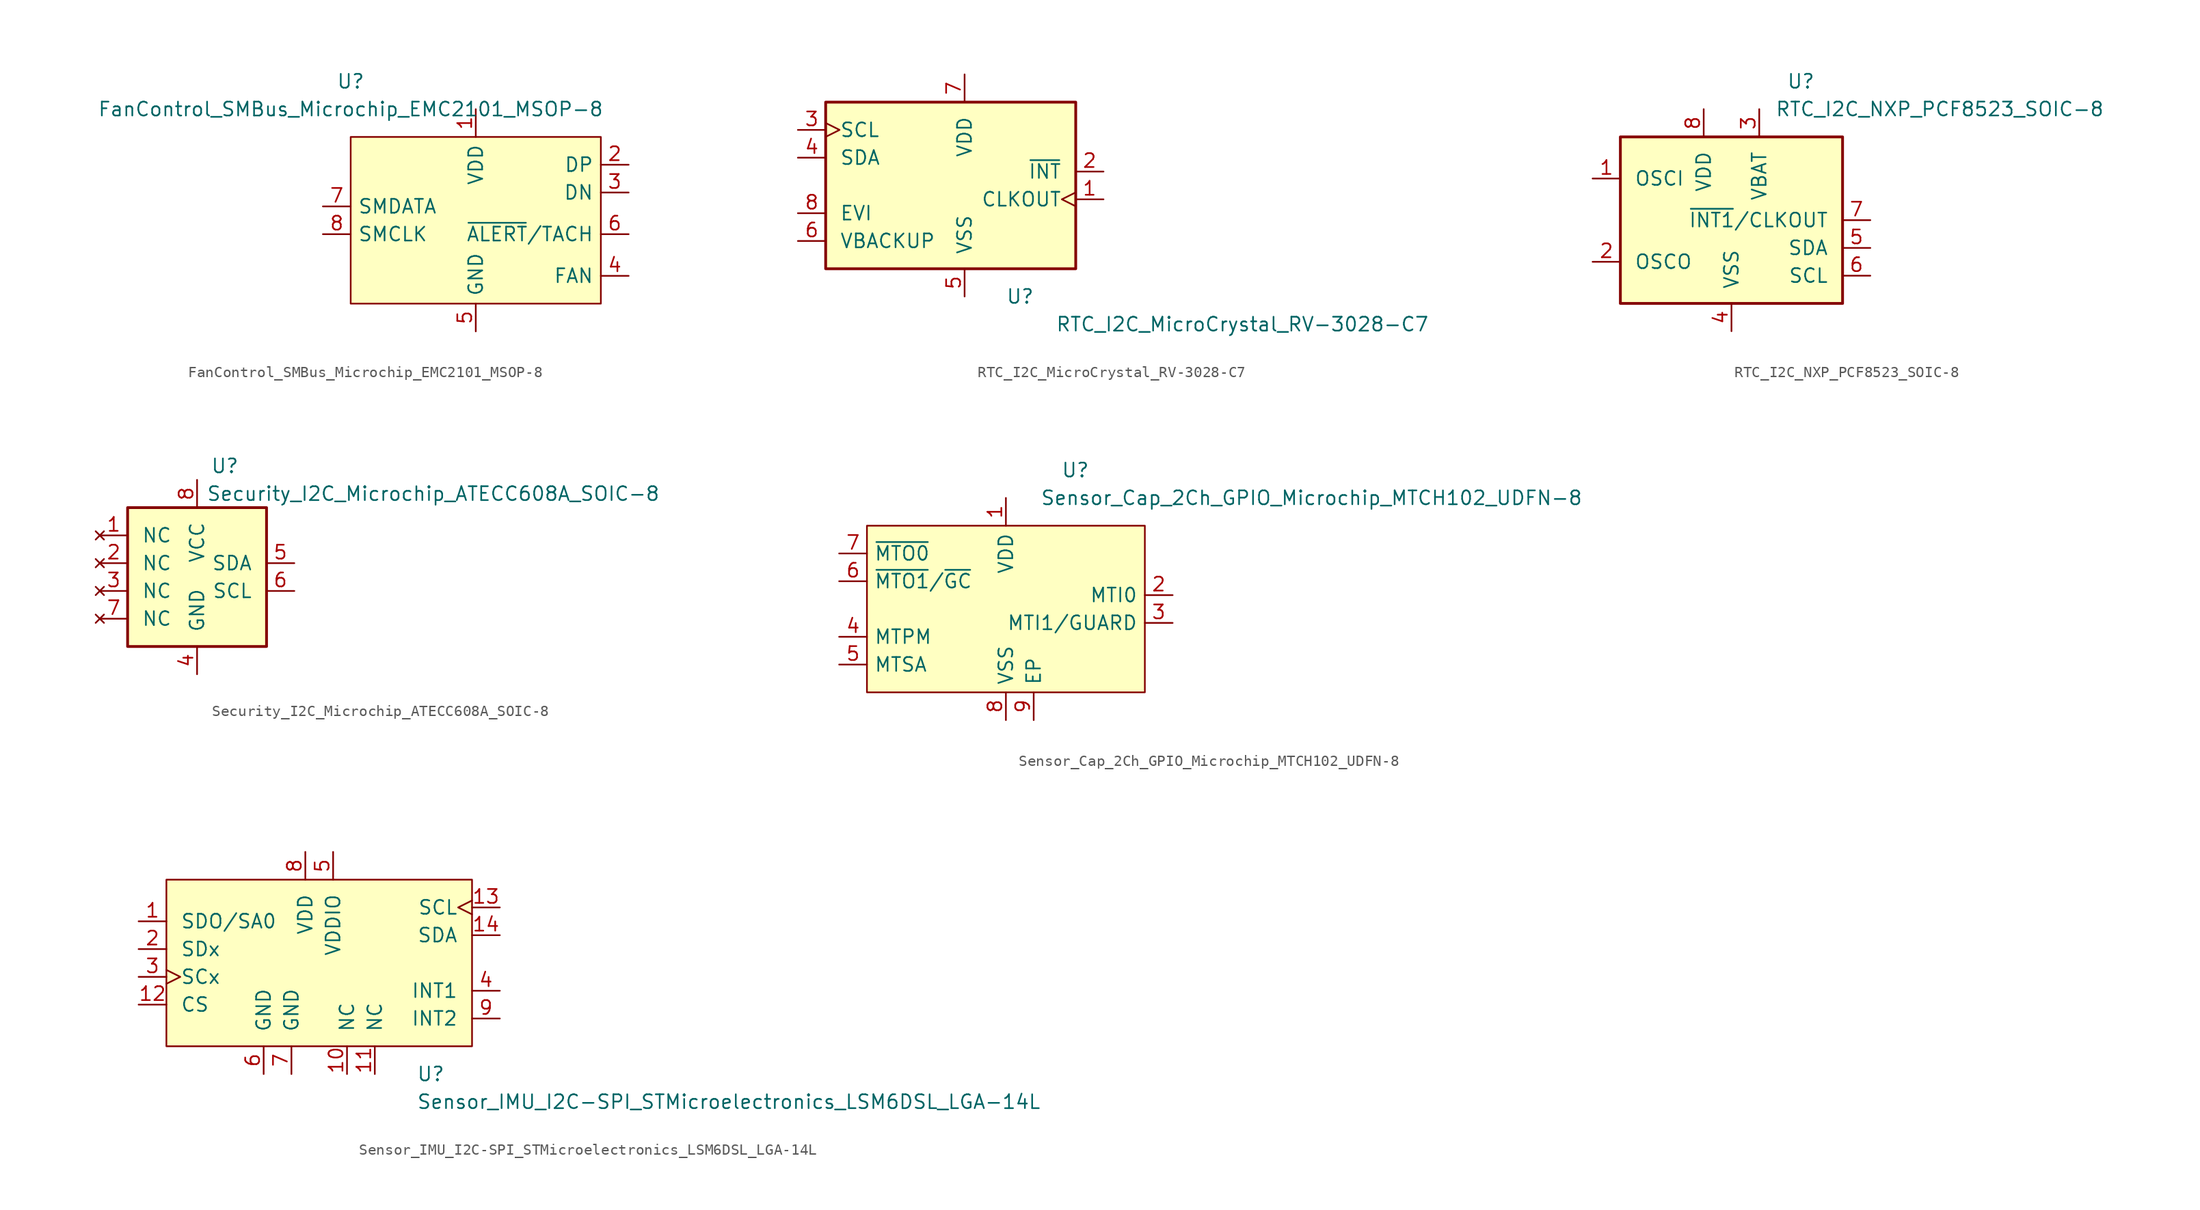
<source format=kicad_sym>
(kicad_symbol_lib
  (version 20220914)
  (generator kicad_symbol_editor)
  (symbol "FanControl_SMBus_Microchip_EMC2101_MSOP-8"
    (pin_names
      (offset 0.635))
    (property "Reference" "U"
      (at -11.43 12.7 0)
      (effects (font (size 1.27 1.27))))
    (property "Value" "FanControl_SMBus_Microchip_EMC2101_MSOP-8"
      (at -11.43 10.16 0)
      (effects (font (size 1.27 1.27))))
    (symbol "FanControl_SMBus_Microchip_EMC2101_MSOP-8_0_0"
      (pin power_in line (at 0 10.16 270) (length 2.54) (name "VDD" (effects (font (size 1.27 1.27)))) (number "1" (effects (font (size 1.27 1.27)))))
      (pin input line (at 13.97 5.08 180) (length 2.54) (name "DP" (effects (font (size 1.27 1.27)))) (number "2" (effects (font (size 1.27 1.27)))))
      (pin input line (at 13.97 2.54 180) (length 2.54) (name "DN" (effects (font (size 1.27 1.27)))) (number "3" (effects (font (size 1.27 1.27)))))
      (pin output line (at 13.97 -5.08 180) (length 2.54) (name "FAN" (effects (font (size 1.27 1.27)))) (number "4" (effects (font (size 1.27 1.27)))))
      (pin power_in line (at 0 -10.16 90) (length 2.54) (name "GND" (effects (font (size 1.27 1.27)))) (number "5" (effects (font (size 1.27 1.27)))))
      (pin bidirectional line (at 13.97 -1.27 180) (length 2.54) (name "~{ALERT}/TACH" (effects (font (size 1.27 1.27)))) (number "6" (effects (font (size 1.27 1.27)))))
      (pin bidirectional line (at -13.97 1.27 0) (length 2.54) (name "SMDATA" (effects (font (size 1.27 1.27)))) (number "7" (effects (font (size 1.27 1.27)))))
      (pin input line (at -13.97 -1.27 0) (length 2.54) (name "SMCLK" (effects (font (size 1.27 1.27)))) (number "8" (effects (font (size 1.27 1.27))))))
    (symbol "FanControl_SMBus_Microchip_EMC2101_MSOP-8_1_1"
      (rectangle (start -11.43 7.62) (end 11.43 -7.62) (stroke (width 0) (type default)) (fill (type background)))))
  (symbol "RTC_I2C_MicroCrystal_RV-3028-C7"
    (pin_names
      (offset 1.27))
    (property "Reference" "U"
      (at 6.35 -10.16 0)
      (effects (font (size 1.27 1.27))))
    (property "Value" "RTC_I2C_MicroCrystal_RV-3028-C7"
      (at 26.67 -12.7 0)
      (effects (font (size 1.27 1.27))))
    (symbol "RTC_I2C_MicroCrystal_RV-3028-C7_1_1"
      (rectangle (start 11.43 7.62) (end -11.43 -7.62) (stroke (width 0.254) (type default)) (fill (type background)))
      (pin output clock (at 13.97 -1.27 180) (length 2.54) (name "CLKOUT" (effects (font (size 1.27 1.27)))) (number "1" (effects (font (size 1.27 1.27)))))
      (pin open_collector line (at 13.97 1.27 180) (length 2.54) (name "~{INT}" (effects (font (size 1.27 1.27)))) (number "2" (effects (font (size 1.27 1.27)))))
      (pin input clock (at -13.97 5.08 0) (length 2.54) (name "SCL" (effects (font (size 1.27 1.27)))) (number "3" (effects (font (size 1.27 1.27)))))
      (pin bidirectional line (at -13.97 2.54 0) (length 2.54) (name "SDA" (effects (font (size 1.27 1.27)))) (number "4" (effects (font (size 1.27 1.27)))))
      (pin power_in line (at 1.27 -10.16 90) (length 2.54) (name "VSS" (effects (font (size 1.27 1.27)))) (number "5" (effects (font (size 1.27 1.27)))))
      (pin power_in line (at -13.97 -5.08 0) (length 2.54) (name "VBACKUP" (effects (font (size 1.27 1.27)))) (number "6" (effects (font (size 1.27 1.27)))))
      (pin power_in line (at 1.27 10.16 270) (length 2.54) (name "VDD" (effects (font (size 1.27 1.27)))) (number "7" (effects (font (size 1.27 1.27)))))
      (pin input line (at -13.97 -2.54 0) (length 2.54) (name "EVI" (effects (font (size 1.27 1.27)))) (number "8" (effects (font (size 1.27 1.27)))))))
  (symbol "RTC_I2C_NXP_PCF8523_SOIC-8"
    (pin_names
      (offset 1.27))
    (property "Reference" "U"
      (at 6.35 12.7 0)
      (effects (font (size 1.27 1.27))))
    (property "Value" "RTC_I2C_NXP_PCF8523_SOIC-8"
      (at 19.05 10.16 0)
      (effects (font (size 1.27 1.27))))
    (symbol "RTC_I2C_NXP_PCF8523_SOIC-8_1_1"
      (rectangle (start -10.16 7.62) (end 10.16 -7.62) (stroke (width 0.254) (type default)) (fill (type background)))
      (pin input line (at -12.7 3.81 0) (length 2.54) (name "OSCI" (effects (font (size 1.27 1.27)))) (number "1" (effects (font (size 1.27 1.27)))))
      (pin output line (at -12.7 -3.81 0) (length 2.54) (name "OSCO" (effects (font (size 1.27 1.27)))) (number "2" (effects (font (size 1.27 1.27)))))
      (pin power_in line (at 2.54 10.16 270) (length 2.54) (name "VBAT" (effects (font (size 1.27 1.27)))) (number "3" (effects (font (size 1.27 1.27)))))
      (pin power_in line (at 0 -10.16 90) (length 2.54) (name "VSS" (effects (font (size 1.27 1.27)))) (number "4" (effects (font (size 1.27 1.27)))))
      (pin bidirectional line (at 12.7 -2.54 180) (length 2.54) (name "SDA" (effects (font (size 1.27 1.27)))) (number "5" (effects (font (size 1.27 1.27)))))
      (pin input line (at 12.7 -5.08 180) (length 2.54) (name "SCL" (effects (font (size 1.27 1.27)))) (number "6" (effects (font (size 1.27 1.27)))))
      (pin open_collector line (at 12.7 0 180) (length 2.54) (name "~{INT1}/CLKOUT" (effects (font (size 1.27 1.27)))) (number "7" (effects (font (size 1.27 1.27)))))
      (pin power_in line (at -2.54 10.16 270) (length 2.54) (name "VDD" (effects (font (size 1.27 1.27)))) (number "8" (effects (font (size 1.27 1.27)))))))
  (symbol "Security_I2C_Microchip_ATECC608A_SOIC-8"
    (pin_names
      (offset 1.27))
    (property "Reference" "U"
      (at 1.27 10.16 0)
      (effects (font (size 1.27 1.27))))
    (property "Value" "Security_I2C_Microchip_ATECC608A_SOIC-8"
      (at 20.32 7.62 0)
      (effects (font (size 1.27 1.27))))
    (symbol "Security_I2C_Microchip_ATECC608A_SOIC-8_0_0"
      (pin no_connect line (at -10.16 3.81 0) (length 2.54) (name "NC" (effects (font (size 1.27 1.27)))) (number "1" (effects (font (size 1.27 1.27)))))
      (pin no_connect line (at -10.16 1.27 0) (length 2.54) (name "NC" (effects (font (size 1.27 1.27)))) (number "2" (effects (font (size 1.27 1.27)))))
      (pin no_connect line (at -10.16 -1.27 0) (length 2.54) (name "NC" (effects (font (size 1.27 1.27)))) (number "3" (effects (font (size 1.27 1.27)))))
      (pin no_connect line (at -10.16 -3.81 0) (length 2.54) (name "NC" (effects (font (size 1.27 1.27)))) (number "7" (effects (font (size 1.27 1.27))))))
    (symbol "Security_I2C_Microchip_ATECC608A_SOIC-8_1_1"
      (rectangle (start -7.62 6.35) (end 5.08 -6.35) (stroke (width 0.254) (type default)) (fill (type background)))
      (pin power_in line (at -1.27 -8.89 90) (length 2.54) (name "GND" (effects (font (size 1.27 1.27)))) (number "4" (effects (font (size 1.27 1.27)))))
      (pin bidirectional line (at 7.62 1.27 180) (length 2.54) (name "SDA" (effects (font (size 1.27 1.27)))) (number "5" (effects (font (size 1.27 1.27)))))
      (pin input line (at 7.62 -1.27 180) (length 2.54) (name "SCL" (effects (font (size 1.27 1.27)))) (number "6" (effects (font (size 1.27 1.27)))))
      (pin power_in line (at -1.27 8.89 270) (length 2.54) (name "VCC" (effects (font (size 1.27 1.27)))) (number "8" (effects (font (size 1.27 1.27)))))))
  (symbol "Sensor_Cap_2Ch_GPIO_Microchip_MTCH102_UDFN-8"
    (pin_names
      (offset 0.635))
    (property "Reference" "U"
      (at 6.35 12.7 0)
      (effects (font (size 1.27 1.27))))
    (property "Value" "Sensor_Cap_2Ch_GPIO_Microchip_MTCH102_UDFN-8"
      (at 27.94 10.16 0)
      (effects (font (size 1.27 1.27))))
    (symbol "Sensor_Cap_2Ch_GPIO_Microchip_MTCH102_UDFN-8_0_0"
      (pin power_in line (at 0 10.16 270) (length 2.54) (name "VDD" (effects (font (size 1.27 1.27)))) (number "1" (effects (font (size 1.27 1.27)))))
      (pin input line (at 15.24 1.27 180) (length 2.54) (name "MTI0" (effects (font (size 1.27 1.27)))) (number "2" (effects (font (size 1.27 1.27)))))
      (pin bidirectional line (at 15.24 -1.27 180) (length 2.54) (name "MTI1/GUARD" (effects (font (size 1.27 1.27)))) (number "3" (effects (font (size 1.27 1.27)))))
      (pin input line (at -15.24 -2.54 0) (length 2.54) (name "MTPM" (effects (font (size 1.27 1.27)))) (number "4" (effects (font (size 1.27 1.27)))))
      (pin input line (at -15.24 -5.08 0) (length 2.54) (name "MTSA" (effects (font (size 1.27 1.27)))) (number "5" (effects (font (size 1.27 1.27)))))
      (pin bidirectional line (at -15.24 2.54 0) (length 2.54) (name "~{MTO1}/~{GC}" (effects (font (size 1.27 1.27)))) (number "6" (effects (font (size 1.27 1.27)))))
      (pin open_collector line (at -15.24 5.08 0) (length 2.54) (name "~{MTO0}" (effects (font (size 1.27 1.27)))) (number "7" (effects (font (size 1.27 1.27)))))
      (pin power_in line (at 0 -10.16 90) (length 2.54) (name "VSS" (effects (font (size 1.27 1.27)))) (number "8" (effects (font (size 1.27 1.27)))))
      (pin passive line (at 2.54 -10.16 90) (length 2.54) (name "EP" (effects (font (size 1.27 1.27)))) (number "9" (effects (font (size 1.27 1.27))))))
    (symbol "Sensor_Cap_2Ch_GPIO_Microchip_MTCH102_UDFN-8_0_1"
      (rectangle (start -12.7 7.62) (end 12.7 -7.62) (stroke (width 0) (type default)) (fill (type background)))))
  (symbol "Sensor_IMU_I2C-SPI_STMicroelectronics_LSM6DSL_LGA-14L"
    (pin_names
      (offset 1.27))
    (property "Reference" "U"
      (at 8.89 -10.16 0)
      (effects (font (size 1.27 1.27)) (justify left)))
    (property "Value" "Sensor_IMU_I2C-SPI_STMicroelectronics_LSM6DSL_LGA-14L"
      (at 8.89 -12.7 0)
      (effects (font (size 1.27 1.27)) (justify left)))
    (symbol "Sensor_IMU_I2C-SPI_STMicroelectronics_LSM6DSL_LGA-14L_0_0"
      (pin bidirectional line (at -16.51 3.81 0) (length 2.54) (name "SDO/SA0" (effects (font (size 1.27 1.27)))) (number "1" (effects (font (size 1.27 1.27)))))
      (pin passive line (at 2.54 -10.16 90) (length 2.54) (name "NC" (effects (font (size 1.27 1.27)))) (number "10" (effects (font (size 1.27 1.27)))))
      (pin passive line (at 5.08 -10.16 90) (length 2.54) (name "NC" (effects (font (size 1.27 1.27)))) (number "11" (effects (font (size 1.27 1.27)))))
      (pin input line (at -16.51 -3.81 0) (length 2.54) (name "CS" (effects (font (size 1.27 1.27)))) (number "12" (effects (font (size 1.27 1.27)))))
      (pin input clock (at 16.51 5.08 180) (length 2.54) (name "SCL" (effects (font (size 1.27 1.27)))) (number "13" (effects (font (size 1.27 1.27)))))
      (pin bidirectional line (at 16.51 2.54 180) (length 2.54) (name "SDA" (effects (font (size 1.27 1.27)))) (number "14" (effects (font (size 1.27 1.27)))))
      (pin bidirectional line (at -16.51 1.27 0) (length 2.54) (name "SDx" (effects (font (size 1.27 1.27)))) (number "2" (effects (font (size 1.27 1.27)))))
      (pin bidirectional clock (at -16.51 -1.27 0) (length 2.54) (name "SCx" (effects (font (size 1.27 1.27)))) (number "3" (effects (font (size 1.27 1.27)))))
      (pin output line (at 16.51 -2.54 180) (length 2.54) (name "INT1" (effects (font (size 1.27 1.27)))) (number "4" (effects (font (size 1.27 1.27)))))
      (pin power_in line (at 1.27 10.16 270) (length 2.54) (name "VDDIO" (effects (font (size 1.27 1.27)))) (number "5" (effects (font (size 1.27 1.27)))))
      (pin power_in line (at -5.08 -10.16 90) (length 2.54) (name "GND" (effects (font (size 1.27 1.27)))) (number "6" (effects (font (size 1.27 1.27)))))
      (pin passive line (at -2.54 -10.16 90) (length 2.54) (name "GND" (effects (font (size 1.27 1.27)))) (number "7" (effects (font (size 1.27 1.27)))))
      (pin power_in line (at -1.27 10.16 270) (length 2.54) (name "VDD" (effects (font (size 1.27 1.27)))) (number "8" (effects (font (size 1.27 1.27)))))
      (pin output line (at 16.51 -5.08 180) (length 2.54) (name "INT2" (effects (font (size 1.27 1.27)))) (number "9" (effects (font (size 1.27 1.27))))))
    (symbol "Sensor_IMU_I2C-SPI_STMicroelectronics_LSM6DSL_LGA-14L_0_1"
      (rectangle (start -13.97 7.62) (end 13.97 -7.62) (stroke (width 0) (type default)) (fill (type background))))))
</source>
